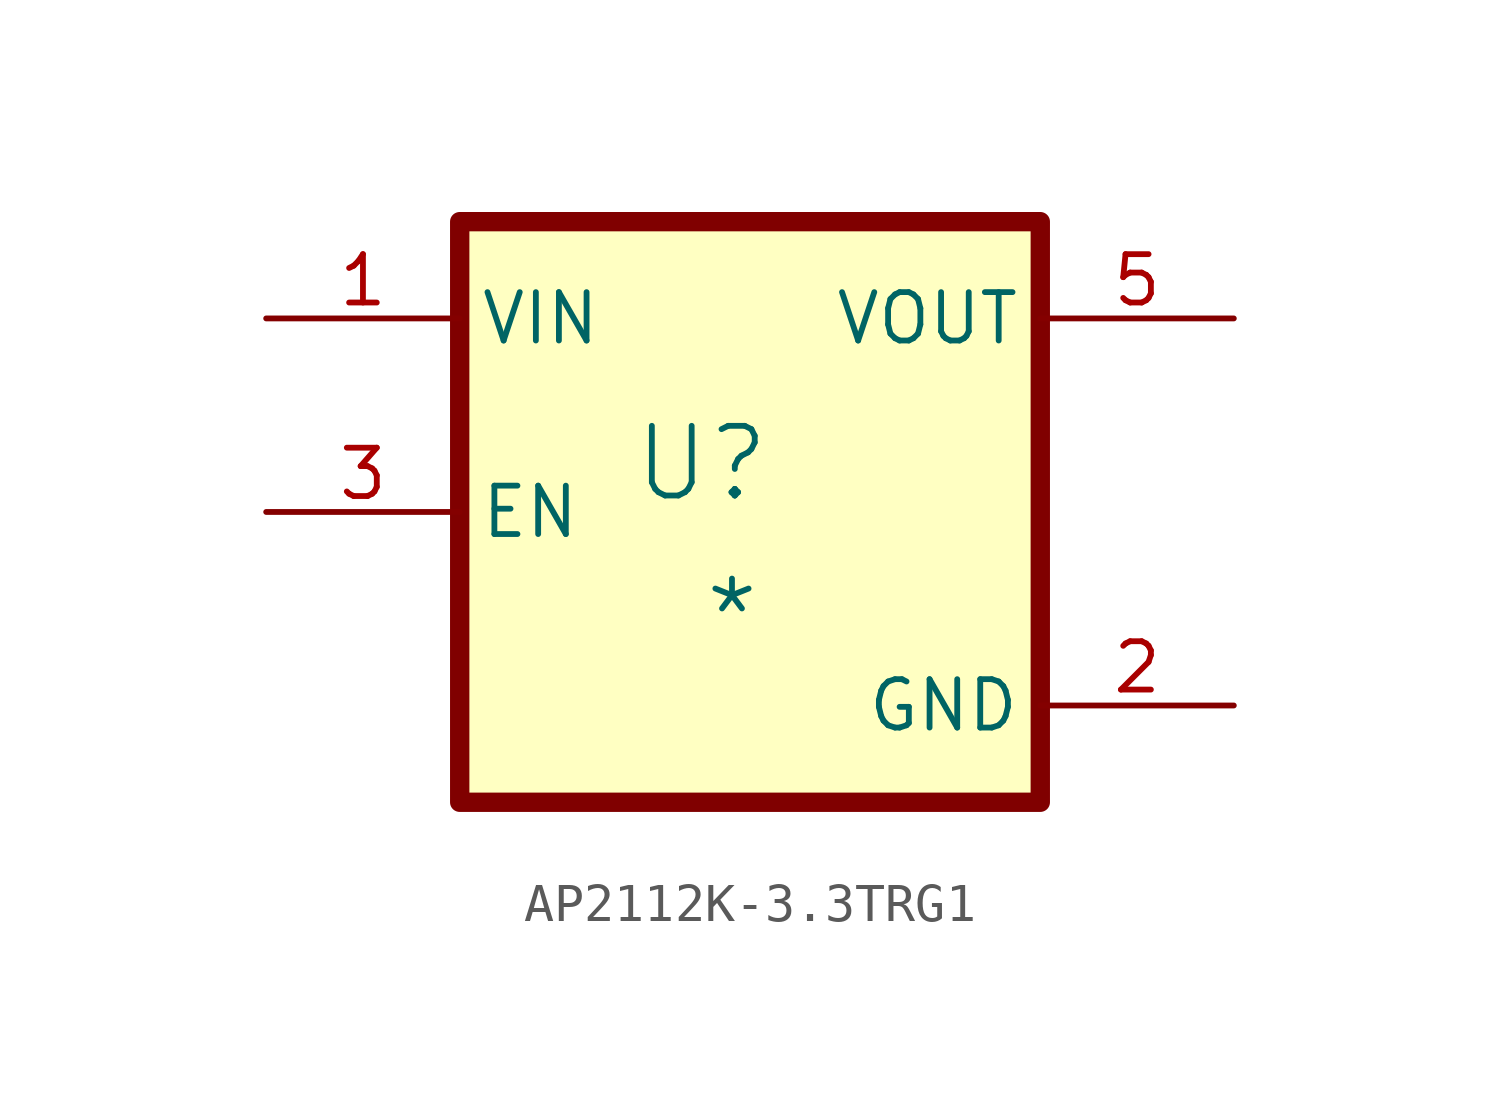
<source format=kicad_sym>
(kicad_symbol_lib
  (version 20241209)
  (generator "kicad_symbol_editor")
  (generator_version "9.0")
  (symbol "AP2112K-3.3TRG1"
    (property "Reference" "U"
      (at -1.27 1.27 0)
      (effects (font (size 1.829 1.829))))
    (property "Value" "*"
      (at -1.27 -3.81 0)
      (effects (font (size 1.829 1.829)) (justify left bottom)))
    (symbol "AP2112K-3.3TRG1_1_0"
      (rectangle (start 7.62 7.62) (end -7.62 -7.62) (stroke (width 0.508) (type solid) (color 128 0 0 1)) (fill (type background)))
      (pin power_in line (at -12.7 5.08 0) (length 5.08) (name "VIN" (effects (font (size 1.27 1.27)))) (number "1" (effects (font (size 1.27 1.27)))))
      (pin input line (at -12.7 0 0) (length 5.08) (name "EN" (effects (font (size 1.27 1.27)))) (number "3" (effects (font (size 1.27 1.27)))))
      (pin power_in line (at 12.7 5.08 180) (length 5.08) (name "VOUT" (effects (font (size 1.27 1.27)))) (number "5" (effects (font (size 1.27 1.27)))))
      (pin power_in line (at 12.7 -5.08 180) (length 5.08) (name "GND" (effects (font (size 1.27 1.27)))) (number "2" (effects (font (size 1.27 1.27))))))))
</source>
